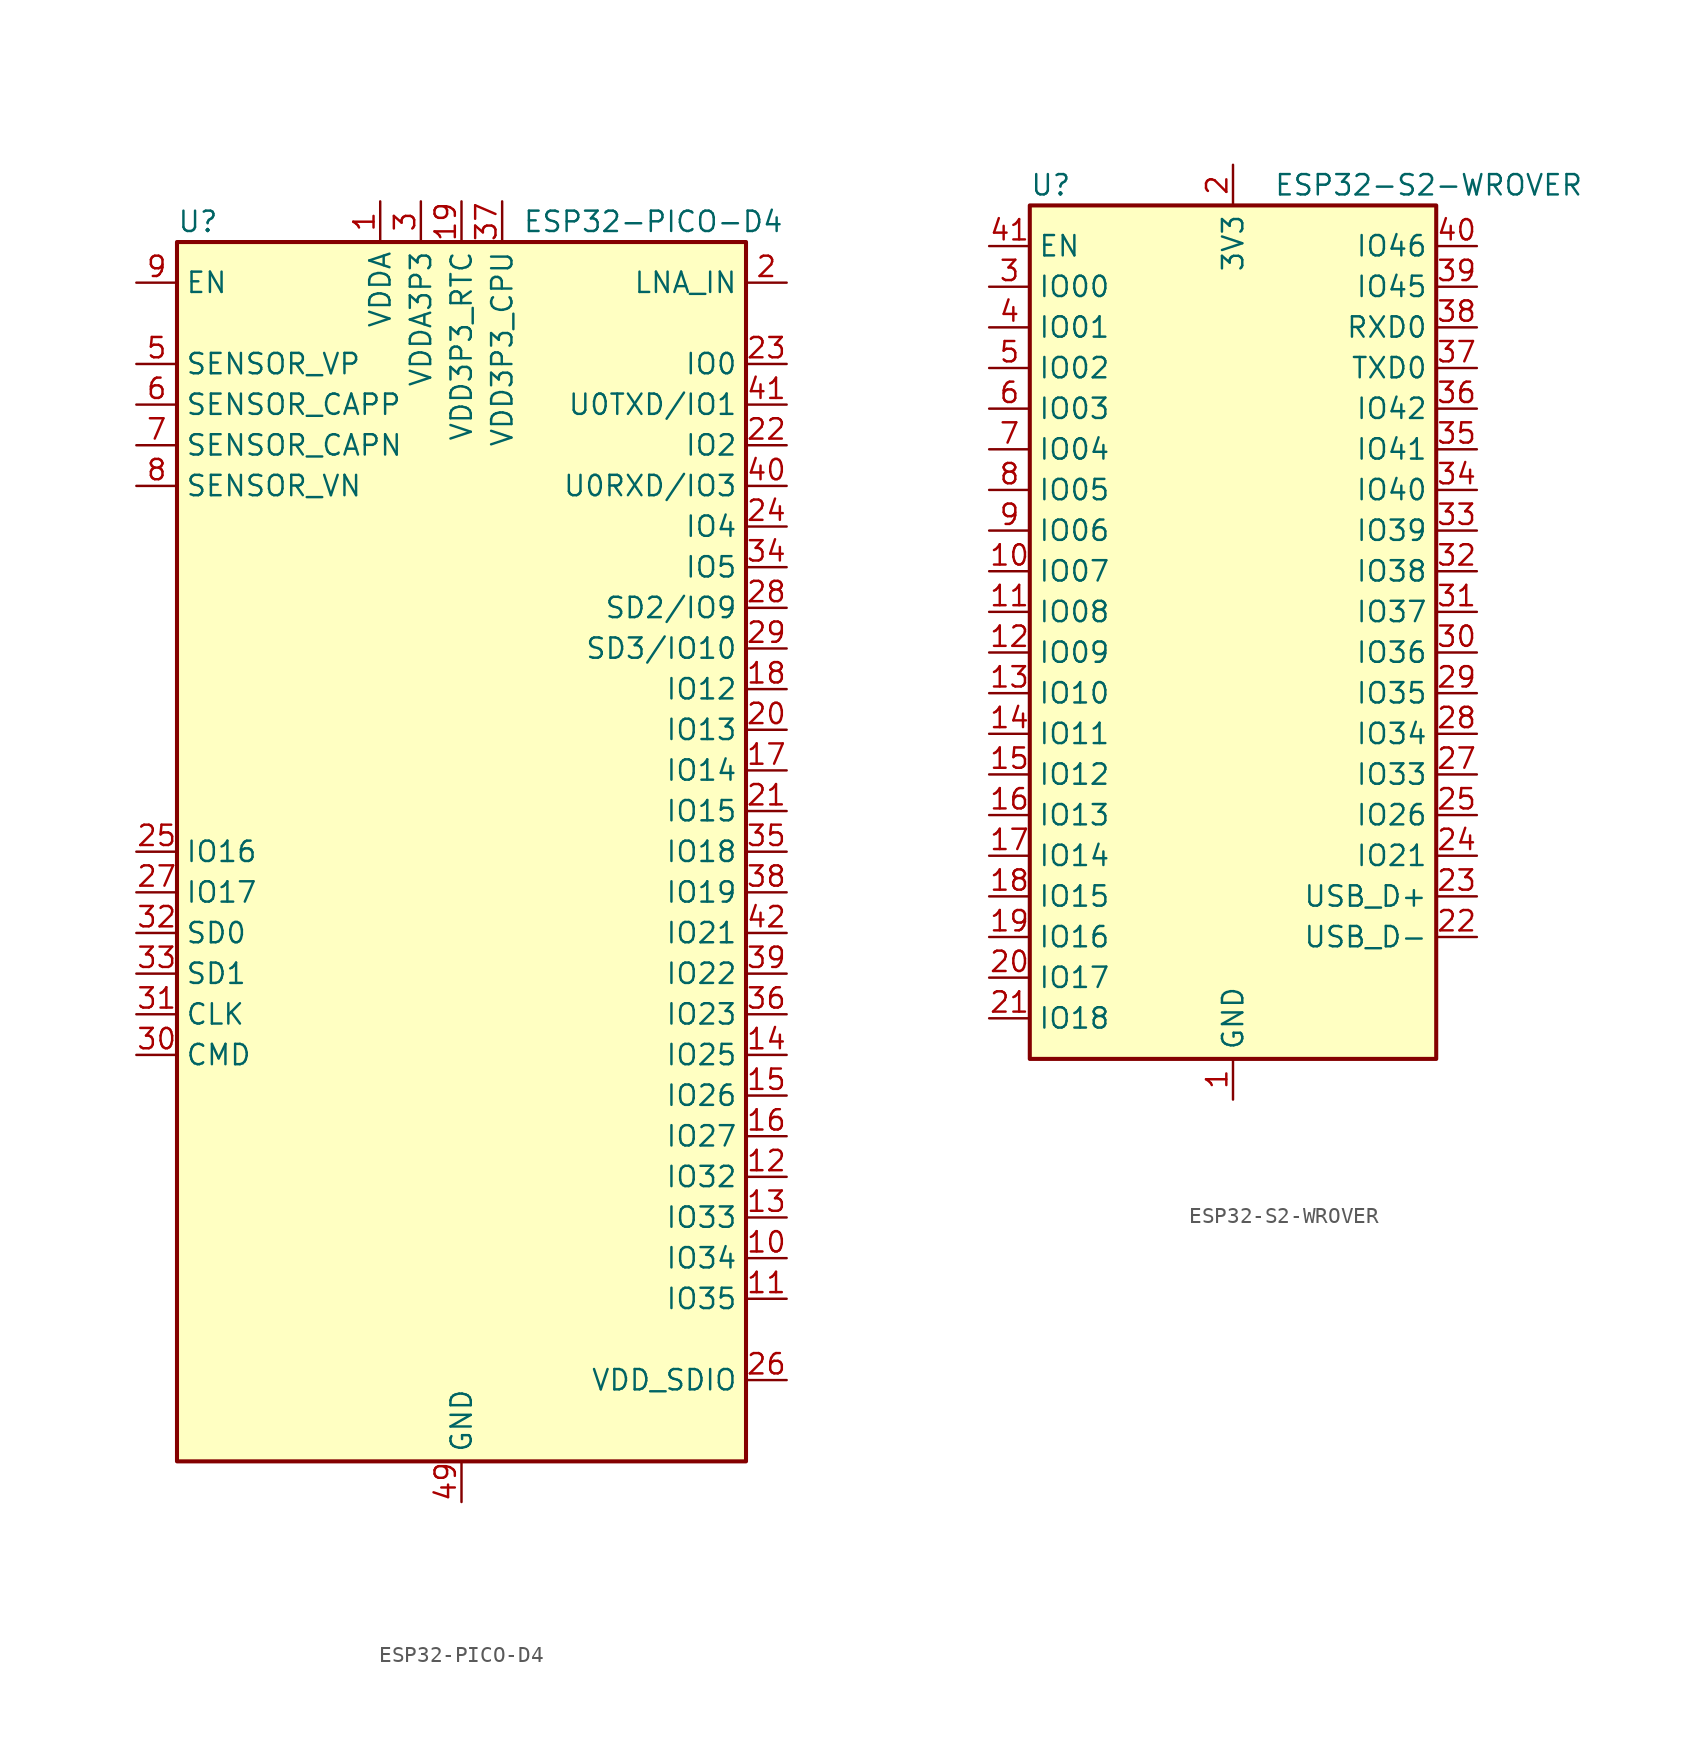
<source format=kicad_sym>
(kicad_symbol_lib
  (version 20201005)
  (generator kicad_symbol_editor)
  (symbol "RF_Module:ESP32-PICO-D4"
    (property "Reference" "U"
      (at -17.78 39.37 0)
      (effects (font (size 1.27 1.27)) (justify left)))
    (property "Value" "ESP32-PICO-D4"
      (at 3.81 39.37 0)
      (effects (font (size 1.27 1.27)) (justify left)))
    (symbol "ESP32-PICO-D4_0_0"
      (pin power_in line (at -5.08 40.64 270) (length 2.54) (name "VDDA" (effects (font (size 1.27 1.27)))) (number "1" (effects (font (size 1.27 1.27)))))
      (pin input line (at 20.32 -25.4 180) (length 2.54) (name "IO34" (effects (font (size 1.27 1.27)))) (number "10" (effects (font (size 1.27 1.27)))))
      (pin input line (at 20.32 -27.94 180) (length 2.54) (name "IO35" (effects (font (size 1.27 1.27)))) (number "11" (effects (font (size 1.27 1.27)))))
      (pin bidirectional line (at 20.32 -20.32 180) (length 2.54) (name "IO32" (effects (font (size 1.27 1.27)))) (number "12" (effects (font (size 1.27 1.27)))))
      (pin bidirectional line (at 20.32 -22.86 180) (length 2.54) (name "IO33" (effects (font (size 1.27 1.27)))) (number "13" (effects (font (size 1.27 1.27)))))
      (pin bidirectional line (at 20.32 -12.7 180) (length 2.54) (name "IO25" (effects (font (size 1.27 1.27)))) (number "14" (effects (font (size 1.27 1.27)))))
      (pin bidirectional line (at 20.32 -15.24 180) (length 2.54) (name "IO26" (effects (font (size 1.27 1.27)))) (number "15" (effects (font (size 1.27 1.27)))))
      (pin bidirectional line (at 20.32 -17.78 180) (length 2.54) (name "IO27" (effects (font (size 1.27 1.27)))) (number "16" (effects (font (size 1.27 1.27)))))
      (pin bidirectional line (at 20.32 5.08 180) (length 2.54) (name "IO14" (effects (font (size 1.27 1.27)))) (number "17" (effects (font (size 1.27 1.27)))))
      (pin bidirectional line (at 20.32 10.16 180) (length 2.54) (name "IO12" (effects (font (size 1.27 1.27)))) (number "18" (effects (font (size 1.27 1.27)))))
      (pin power_in line (at 0 40.64 270) (length 2.54) (name "VDD3P3_RTC" (effects (font (size 1.27 1.27)))) (number "19" (effects (font (size 1.27 1.27)))))
      (pin bidirectional line (at 20.32 35.56 180) (length 2.54) (name "LNA_IN" (effects (font (size 1.27 1.27)))) (number "2" (effects (font (size 1.27 1.27)))))
      (pin bidirectional line (at 20.32 7.62 180) (length 2.54) (name "IO13" (effects (font (size 1.27 1.27)))) (number "20" (effects (font (size 1.27 1.27)))))
      (pin bidirectional line (at 20.32 2.54 180) (length 2.54) (name "IO15" (effects (font (size 1.27 1.27)))) (number "21" (effects (font (size 1.27 1.27)))))
      (pin bidirectional line (at 20.32 25.4 180) (length 2.54) (name "IO2" (effects (font (size 1.27 1.27)))) (number "22" (effects (font (size 1.27 1.27)))))
      (pin bidirectional line (at 20.32 30.48 180) (length 2.54) (name "IO0" (effects (font (size 1.27 1.27)))) (number "23" (effects (font (size 1.27 1.27)))))
      (pin bidirectional line (at 20.32 20.32 180) (length 2.54) (name "IO4" (effects (font (size 1.27 1.27)))) (number "24" (effects (font (size 1.27 1.27)))))
      (pin bidirectional line (at -20.32 0 0) (length 2.54) (name "IO16" (effects (font (size 1.27 1.27)))) (number "25" (effects (font (size 1.27 1.27)))))
      (pin power_out line (at 20.32 -33.02 180) (length 2.54) (name "VDD_SDIO" (effects (font (size 1.27 1.27)))) (number "26" (effects (font (size 1.27 1.27)))))
      (pin bidirectional line (at -20.32 -2.54 0) (length 2.54) (name "IO17" (effects (font (size 1.27 1.27)))) (number "27" (effects (font (size 1.27 1.27)))))
      (pin bidirectional line (at 20.32 15.24 180) (length 2.54) (name "SD2/IO9" (effects (font (size 1.27 1.27)))) (number "28" (effects (font (size 1.27 1.27)))))
      (pin bidirectional line (at 20.32 12.7 180) (length 2.54) (name "SD3/IO10" (effects (font (size 1.27 1.27)))) (number "29" (effects (font (size 1.27 1.27)))))
      (pin power_in line (at -2.54 40.64 270) (length 2.54) (name "VDDA3P3" (effects (font (size 1.27 1.27)))) (number "3" (effects (font (size 1.27 1.27)))))
      (pin bidirectional line (at -20.32 -12.7 0) (length 2.54) (name "CMD" (effects (font (size 1.27 1.27)))) (number "30" (effects (font (size 1.27 1.27)))))
      (pin bidirectional line (at -20.32 -10.16 0) (length 2.54) (name "CLK" (effects (font (size 1.27 1.27)))) (number "31" (effects (font (size 1.27 1.27)))))
      (pin bidirectional line (at -20.32 -5.08 0) (length 2.54) (name "SD0" (effects (font (size 1.27 1.27)))) (number "32" (effects (font (size 1.27 1.27)))))
      (pin bidirectional line (at -20.32 -7.62 0) (length 2.54) (name "SD1" (effects (font (size 1.27 1.27)))) (number "33" (effects (font (size 1.27 1.27)))))
      (pin bidirectional line (at 20.32 17.78 180) (length 2.54) (name "IO5" (effects (font (size 1.27 1.27)))) (number "34" (effects (font (size 1.27 1.27)))))
      (pin bidirectional line (at 20.32 0 180) (length 2.54) (name "IO18" (effects (font (size 1.27 1.27)))) (number "35" (effects (font (size 1.27 1.27)))))
      (pin bidirectional line (at 20.32 -10.16 180) (length 2.54) (name "IO23" (effects (font (size 1.27 1.27)))) (number "36" (effects (font (size 1.27 1.27)))))
      (pin power_in line (at 2.54 40.64 270) (length 2.54) (name "VDD3P3_CPU" (effects (font (size 1.27 1.27)))) (number "37" (effects (font (size 1.27 1.27)))))
      (pin bidirectional line (at 20.32 -2.54 180) (length 2.54) (name "IO19" (effects (font (size 1.27 1.27)))) (number "38" (effects (font (size 1.27 1.27)))))
      (pin bidirectional line (at 20.32 -7.62 180) (length 2.54) (name "IO22" (effects (font (size 1.27 1.27)))) (number "39" (effects (font (size 1.27 1.27)))))
      (pin passive line (at -2.54 40.64 270) (length 2.54) hide (name "VDDA3P3" (effects (font (size 1.27 1.27)))) (number "4" (effects (font (size 1.27 1.27)))))
      (pin bidirectional line (at 20.32 22.86 180) (length 2.54) (name "U0RXD/IO3" (effects (font (size 1.27 1.27)))) (number "40" (effects (font (size 1.27 1.27)))))
      (pin bidirectional line (at 20.32 27.94 180) (length 2.54) (name "U0TXD/IO1" (effects (font (size 1.27 1.27)))) (number "41" (effects (font (size 1.27 1.27)))))
      (pin bidirectional line (at 20.32 -5.08 180) (length 2.54) (name "IO21" (effects (font (size 1.27 1.27)))) (number "42" (effects (font (size 1.27 1.27)))))
      (pin passive line (at -5.08 40.64 270) (length 2.54) hide (name "VDDA" (effects (font (size 1.27 1.27)))) (number "43" (effects (font (size 1.27 1.27)))))
      (pin no_connect line (at -17.78 -25.4 0) (length 2.54) hide (name "XTAL_N_NC" (effects (font (size 1.27 1.27)))) (number "44" (effects (font (size 1.27 1.27)))))
      (pin no_connect line (at -17.78 -27.94 0) (length 2.54) hide (name "XTAL_P_NC" (effects (font (size 1.27 1.27)))) (number "45" (effects (font (size 1.27 1.27)))))
      (pin passive line (at -5.08 40.64 270) (length 2.54) hide (name "VDDA" (effects (font (size 1.27 1.27)))) (number "46" (effects (font (size 1.27 1.27)))))
      (pin no_connect line (at -17.78 -30.48 0) (length 2.54) hide (name "CAP2_NC" (effects (font (size 1.27 1.27)))) (number "47" (effects (font (size 1.27 1.27)))))
      (pin no_connect line (at -17.78 -33.02 0) (length 2.54) hide (name "CAP1_NC" (effects (font (size 1.27 1.27)))) (number "48" (effects (font (size 1.27 1.27)))))
      (pin power_in line (at 0 -40.64 90) (length 2.54) (name "GND" (effects (font (size 1.27 1.27)))) (number "49" (effects (font (size 1.27 1.27)))))
      (pin input line (at -20.32 30.48 0) (length 2.54) (name "SENSOR_VP" (effects (font (size 1.27 1.27)))) (number "5" (effects (font (size 1.27 1.27)))))
      (pin input line (at -20.32 27.94 0) (length 2.54) (name "SENSOR_CAPP" (effects (font (size 1.27 1.27)))) (number "6" (effects (font (size 1.27 1.27)))))
      (pin input line (at -20.32 25.4 0) (length 2.54) (name "SENSOR_CAPN" (effects (font (size 1.27 1.27)))) (number "7" (effects (font (size 1.27 1.27)))))
      (pin input line (at -20.32 22.86 0) (length 2.54) (name "SENSOR_VN" (effects (font (size 1.27 1.27)))) (number "8" (effects (font (size 1.27 1.27)))))
      (pin input line (at -20.32 35.56 0) (length 2.54) (name "EN" (effects (font (size 1.27 1.27)))) (number "9" (effects (font (size 1.27 1.27))))))
    (symbol "ESP32-PICO-D4_0_1"
      (rectangle (start -17.78 38.1) (end 17.78 -38.1) (stroke (width 0.254)) (fill (type background)))))
  (symbol "RF_Module:ESP32-S2-WROVER"
    (property "Reference" "U"
      (at -12.7 29.21 0)
      (effects (font (size 1.27 1.27)) (justify left)))
    (property "Value" "ESP32-S2-WROVER"
      (at 2.54 29.21 0)
      (effects (font (size 1.27 1.27)) (justify left)))
    (symbol "ESP32-S2-WROVER_0_1"
      (rectangle (start -12.7 27.94) (end 12.7 -25.4) (stroke (width 0.254)) (fill (type background))))
    (symbol "ESP32-S2-WROVER_1_1"
      (pin power_in line (at 0 -27.94 90) (length 2.54) (name "GND" (effects (font (size 1.27 1.27)))) (number "1" (effects (font (size 1.27 1.27)))))
      (pin bidirectional line (at -15.24 5.08 0) (length 2.54) (name "IO07" (effects (font (size 1.27 1.27)))) (number "10" (effects (font (size 1.27 1.27)))))
      (pin bidirectional line (at -15.24 2.54 0) (length 2.54) (name "IO08" (effects (font (size 1.27 1.27)))) (number "11" (effects (font (size 1.27 1.27)))))
      (pin bidirectional line (at -15.24 0 0) (length 2.54) (name "IO09" (effects (font (size 1.27 1.27)))) (number "12" (effects (font (size 1.27 1.27)))))
      (pin bidirectional line (at -15.24 -2.54 0) (length 2.54) (name "IO10" (effects (font (size 1.27 1.27)))) (number "13" (effects (font (size 1.27 1.27)))))
      (pin bidirectional line (at -15.24 -5.08 0) (length 2.54) (name "IO11" (effects (font (size 1.27 1.27)))) (number "14" (effects (font (size 1.27 1.27)))))
      (pin bidirectional line (at -15.24 -7.62 0) (length 2.54) (name "IO12" (effects (font (size 1.27 1.27)))) (number "15" (effects (font (size 1.27 1.27)))))
      (pin bidirectional line (at -15.24 -10.16 0) (length 2.54) (name "IO13" (effects (font (size 1.27 1.27)))) (number "16" (effects (font (size 1.27 1.27)))))
      (pin bidirectional line (at -15.24 -12.7 0) (length 2.54) (name "IO14" (effects (font (size 1.27 1.27)))) (number "17" (effects (font (size 1.27 1.27)))))
      (pin bidirectional line (at -15.24 -15.24 0) (length 2.54) (name "IO15" (effects (font (size 1.27 1.27)))) (number "18" (effects (font (size 1.27 1.27)))))
      (pin bidirectional line (at -15.24 -17.78 0) (length 2.54) (name "IO16" (effects (font (size 1.27 1.27)))) (number "19" (effects (font (size 1.27 1.27)))))
      (pin power_in line (at 0 30.48 270) (length 2.54) (name "3V3" (effects (font (size 1.27 1.27)))) (number "2" (effects (font (size 1.27 1.27)))))
      (pin bidirectional line (at -15.24 -20.32 0) (length 2.54) (name "IO17" (effects (font (size 1.27 1.27)))) (number "20" (effects (font (size 1.27 1.27)))))
      (pin bidirectional line (at -15.24 -22.86 0) (length 2.54) (name "IO18" (effects (font (size 1.27 1.27)))) (number "21" (effects (font (size 1.27 1.27)))))
      (pin bidirectional line (at 15.24 -17.78 180) (length 2.54) (name "USB_D-" (effects (font (size 1.27 1.27)))) (number "22" (effects (font (size 1.27 1.27)))))
      (pin bidirectional line (at 15.24 -15.24 180) (length 2.54) (name "USB_D+" (effects (font (size 1.27 1.27)))) (number "23" (effects (font (size 1.27 1.27)))))
      (pin bidirectional line (at 15.24 -12.7 180) (length 2.54) (name "IO21" (effects (font (size 1.27 1.27)))) (number "24" (effects (font (size 1.27 1.27)))))
      (pin bidirectional line (at 15.24 -10.16 180) (length 2.54) (name "IO26" (effects (font (size 1.27 1.27)))) (number "25" (effects (font (size 1.27 1.27)))))
      (pin passive line (at 0 -27.94 90) (length 2.54) hide (name "GND" (effects (font (size 1.27 1.27)))) (number "26" (effects (font (size 1.27 1.27)))))
      (pin bidirectional line (at 15.24 -7.62 180) (length 2.54) (name "IO33" (effects (font (size 1.27 1.27)))) (number "27" (effects (font (size 1.27 1.27)))))
      (pin bidirectional line (at 15.24 -5.08 180) (length 2.54) (name "IO34" (effects (font (size 1.27 1.27)))) (number "28" (effects (font (size 1.27 1.27)))))
      (pin bidirectional line (at 15.24 -2.54 180) (length 2.54) (name "IO35" (effects (font (size 1.27 1.27)))) (number "29" (effects (font (size 1.27 1.27)))))
      (pin bidirectional line (at -15.24 22.86 0) (length 2.54) (name "IO00" (effects (font (size 1.27 1.27)))) (number "3" (effects (font (size 1.27 1.27)))))
      (pin bidirectional line (at 15.24 0 180) (length 2.54) (name "IO36" (effects (font (size 1.27 1.27)))) (number "30" (effects (font (size 1.27 1.27)))))
      (pin bidirectional line (at 15.24 2.54 180) (length 2.54) (name "IO37" (effects (font (size 1.27 1.27)))) (number "31" (effects (font (size 1.27 1.27)))))
      (pin bidirectional line (at 15.24 5.08 180) (length 2.54) (name "IO38" (effects (font (size 1.27 1.27)))) (number "32" (effects (font (size 1.27 1.27)))))
      (pin bidirectional line (at 15.24 7.62 180) (length 2.54) (name "IO39" (effects (font (size 1.27 1.27)))) (number "33" (effects (font (size 1.27 1.27)))))
      (pin bidirectional line (at 15.24 10.16 180) (length 2.54) (name "IO40" (effects (font (size 1.27 1.27)))) (number "34" (effects (font (size 1.27 1.27)))))
      (pin bidirectional line (at 15.24 12.7 180) (length 2.54) (name "IO41" (effects (font (size 1.27 1.27)))) (number "35" (effects (font (size 1.27 1.27)))))
      (pin bidirectional line (at 15.24 15.24 180) (length 2.54) (name "IO42" (effects (font (size 1.27 1.27)))) (number "36" (effects (font (size 1.27 1.27)))))
      (pin bidirectional line (at 15.24 17.78 180) (length 2.54) (name "TXD0" (effects (font (size 1.27 1.27)))) (number "37" (effects (font (size 1.27 1.27)))))
      (pin bidirectional line (at 15.24 20.32 180) (length 2.54) (name "RXD0" (effects (font (size 1.27 1.27)))) (number "38" (effects (font (size 1.27 1.27)))))
      (pin bidirectional line (at 15.24 22.86 180) (length 2.54) (name "IO45" (effects (font (size 1.27 1.27)))) (number "39" (effects (font (size 1.27 1.27)))))
      (pin bidirectional line (at -15.24 20.32 0) (length 2.54) (name "IO01" (effects (font (size 1.27 1.27)))) (number "4" (effects (font (size 1.27 1.27)))))
      (pin input line (at 15.24 25.4 180) (length 2.54) (name "IO46" (effects (font (size 1.27 1.27)))) (number "40" (effects (font (size 1.27 1.27)))))
      (pin input line (at -15.24 25.4 0) (length 2.54) (name "EN" (effects (font (size 1.27 1.27)))) (number "41" (effects (font (size 1.27 1.27)))))
      (pin passive line (at 0 -27.94 90) (length 2.54) hide (name "GND" (effects (font (size 1.27 1.27)))) (number "42" (effects (font (size 1.27 1.27)))))
      (pin passive line (at 0 -27.94 90) (length 2.54) hide (name "GND" (effects (font (size 1.27 1.27)))) (number "43" (effects (font (size 1.27 1.27)))))
      (pin bidirectional line (at -15.24 17.78 0) (length 2.54) (name "IO02" (effects (font (size 1.27 1.27)))) (number "5" (effects (font (size 1.27 1.27)))))
      (pin bidirectional line (at -15.24 15.24 0) (length 2.54) (name "IO03" (effects (font (size 1.27 1.27)))) (number "6" (effects (font (size 1.27 1.27)))))
      (pin bidirectional line (at -15.24 12.7 0) (length 2.54) (name "IO04" (effects (font (size 1.27 1.27)))) (number "7" (effects (font (size 1.27 1.27)))))
      (pin bidirectional line (at -15.24 10.16 0) (length 2.54) (name "IO05" (effects (font (size 1.27 1.27)))) (number "8" (effects (font (size 1.27 1.27)))))
      (pin bidirectional line (at -15.24 7.62 0) (length 2.54) (name "IO06" (effects (font (size 1.27 1.27)))) (number "9" (effects (font (size 1.27 1.27))))))))
</source>
